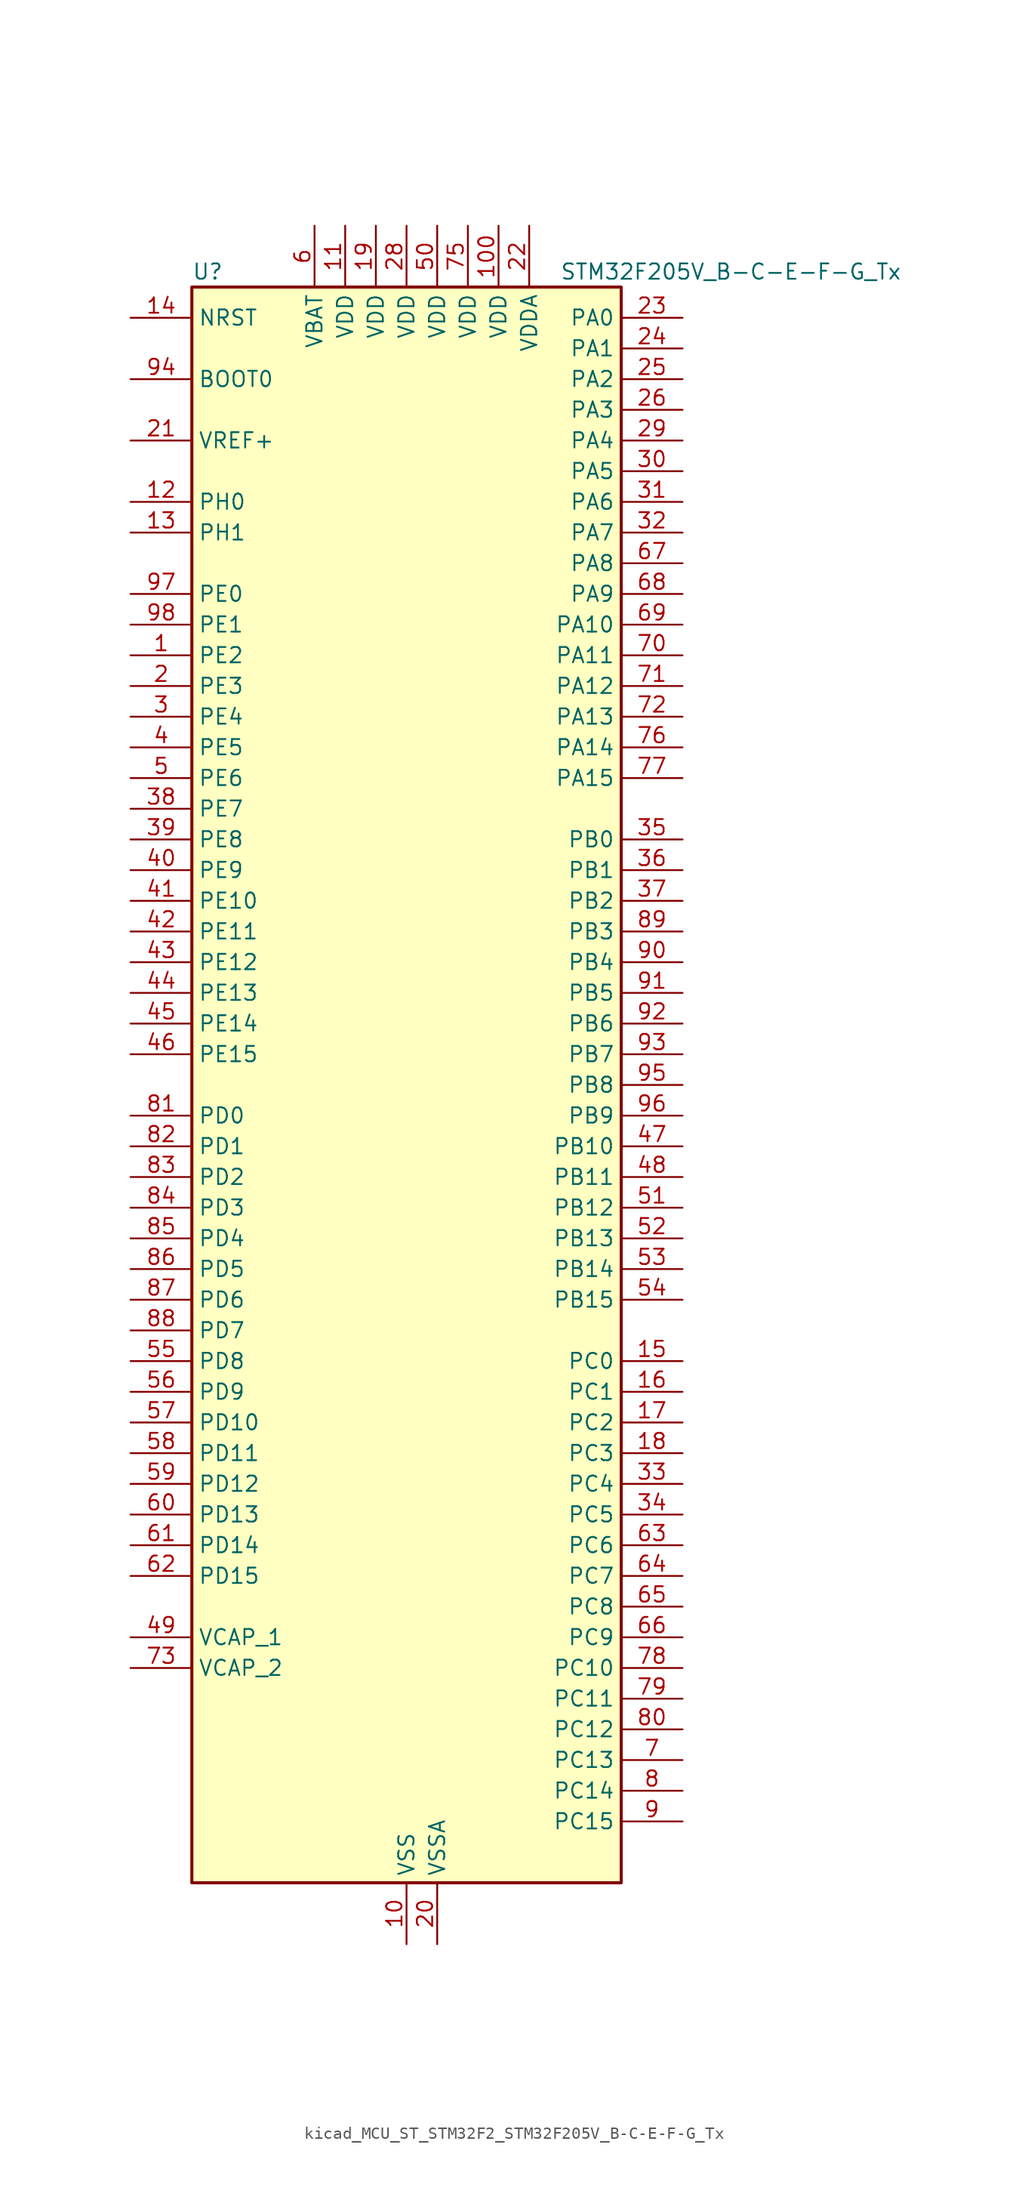
<source format=kicad_sym>
(kicad_symbol_lib
  (version 20220914)
  (generator kicad_symbol_editor)
  (symbol "kicad_MCU_ST_STM32F2_STM32F205V_B-C-E-F-G_Tx"
    (property "Reference" "U"
      (at -17.78 67.31 0)
      (effects (font (size 1.27 1.27)) (justify left)))
    (property "Value" "STM32F205V_B-C-E-F-G_Tx"
      (at 12.7 67.31 0)
      (effects (font (size 1.27 1.27)) (justify left)))
    (property "ki_locked" ""
      (at 0 0 0)
      (effects (font (size 1.27 1.27))))
    (symbol "kicad_MCU_ST_STM32F2_STM32F205V_B-C-E-F-G_Tx_0_1"
      (rectangle (start -17.78 -66.04) (end 17.78 66.04) (stroke (width 0.254) (type default)) (fill (type background))))
    (symbol "kicad_MCU_ST_STM32F2_STM32F205V_B-C-E-F-G_Tx_1_1"
      (pin bidirectional line (at -22.86 35.56 0) (length 5.08) (name "PE2" (effects (font (size 1.27 1.27)))) (number "1" (effects (font (size 1.27 1.27)))) (alternate "FSMC_A23" bidirectional line) (alternate "SYS_TRACECLK" bidirectional line))
      (pin power_in line (at 0 -71.12 90) (length 5.08) (name "VSS" (effects (font (size 1.27 1.27)))) (number "10" (effects (font (size 1.27 1.27)))))
      (pin power_in line (at 7.62 71.12 270) (length 5.08) (name "VDD" (effects (font (size 1.27 1.27)))) (number "100" (effects (font (size 1.27 1.27)))))
      (pin power_in line (at -5.08 71.12 270) (length 5.08) (name "VDD" (effects (font (size 1.27 1.27)))) (number "11" (effects (font (size 1.27 1.27)))))
      (pin bidirectional line (at -22.86 48.26 0) (length 5.08) (name "PH0" (effects (font (size 1.27 1.27)))) (number "12" (effects (font (size 1.27 1.27)))) (alternate "RCC_OSC_IN" bidirectional line))
      (pin bidirectional line (at -22.86 45.72 0) (length 5.08) (name "PH1" (effects (font (size 1.27 1.27)))) (number "13" (effects (font (size 1.27 1.27)))) (alternate "RCC_OSC_OUT" bidirectional line))
      (pin input line (at -22.86 63.5 0) (length 5.08) (name "NRST" (effects (font (size 1.27 1.27)))) (number "14" (effects (font (size 1.27 1.27)))))
      (pin bidirectional line (at 22.86 -22.86 180) (length 5.08) (name "PC0" (effects (font (size 1.27 1.27)))) (number "15" (effects (font (size 1.27 1.27)))) (alternate "ADC1_IN10" bidirectional line) (alternate "ADC2_IN10" bidirectional line) (alternate "ADC3_IN10" bidirectional line) (alternate "USB_OTG_HS_ULPI_STP" bidirectional line))
      (pin bidirectional line (at 22.86 -25.4 180) (length 5.08) (name "PC1" (effects (font (size 1.27 1.27)))) (number "16" (effects (font (size 1.27 1.27)))) (alternate "ADC1_IN11" bidirectional line) (alternate "ADC2_IN11" bidirectional line) (alternate "ADC3_IN11" bidirectional line))
      (pin bidirectional line (at 22.86 -27.94 180) (length 5.08) (name "PC2" (effects (font (size 1.27 1.27)))) (number "17" (effects (font (size 1.27 1.27)))) (alternate "ADC1_IN12" bidirectional line) (alternate "ADC2_IN12" bidirectional line) (alternate "ADC3_IN12" bidirectional line) (alternate "SPI2_MISO" bidirectional line) (alternate "USB_OTG_HS_ULPI_DIR" bidirectional line))
      (pin bidirectional line (at 22.86 -30.48 180) (length 5.08) (name "PC3" (effects (font (size 1.27 1.27)))) (number "18" (effects (font (size 1.27 1.27)))) (alternate "ADC1_IN13" bidirectional line) (alternate "ADC2_IN13" bidirectional line) (alternate "ADC3_IN13" bidirectional line) (alternate "I2S2_SD" bidirectional line) (alternate "SPI2_MOSI" bidirectional line) (alternate "USB_OTG_HS_ULPI_NXT" bidirectional line))
      (pin power_in line (at -2.54 71.12 270) (length 5.08) (name "VDD" (effects (font (size 1.27 1.27)))) (number "19" (effects (font (size 1.27 1.27)))))
      (pin bidirectional line (at -22.86 33.02 0) (length 5.08) (name "PE3" (effects (font (size 1.27 1.27)))) (number "2" (effects (font (size 1.27 1.27)))) (alternate "FSMC_A19" bidirectional line) (alternate "SYS_TRACED0" bidirectional line))
      (pin power_in line (at 2.54 -71.12 90) (length 5.08) (name "VSSA" (effects (font (size 1.27 1.27)))) (number "20" (effects (font (size 1.27 1.27)))))
      (pin input line (at -22.86 53.34 0) (length 5.08) (name "VREF+" (effects (font (size 1.27 1.27)))) (number "21" (effects (font (size 1.27 1.27)))))
      (pin power_in line (at 10.16 71.12 270) (length 5.08) (name "VDDA" (effects (font (size 1.27 1.27)))) (number "22" (effects (font (size 1.27 1.27)))))
      (pin bidirectional line (at 22.86 63.5 180) (length 5.08) (name "PA0" (effects (font (size 1.27 1.27)))) (number "23" (effects (font (size 1.27 1.27)))) (alternate "ADC1_IN0" bidirectional line) (alternate "ADC2_IN0" bidirectional line) (alternate "ADC3_IN0" bidirectional line) (alternate "SYS_WKUP" bidirectional line) (alternate "TIM2_CH1" bidirectional line) (alternate "TIM2_ETR" bidirectional line) (alternate "TIM5_CH1" bidirectional line) (alternate "TIM8_ETR" bidirectional line) (alternate "UART4_TX" bidirectional line) (alternate "USART2_CTS" bidirectional line))
      (pin bidirectional line (at 22.86 60.96 180) (length 5.08) (name "PA1" (effects (font (size 1.27 1.27)))) (number "24" (effects (font (size 1.27 1.27)))) (alternate "ADC1_IN1" bidirectional line) (alternate "ADC2_IN1" bidirectional line) (alternate "ADC3_IN1" bidirectional line) (alternate "TIM2_CH2" bidirectional line) (alternate "TIM5_CH2" bidirectional line) (alternate "UART4_RX" bidirectional line) (alternate "USART2_RTS" bidirectional line))
      (pin bidirectional line (at 22.86 58.42 180) (length 5.08) (name "PA2" (effects (font (size 1.27 1.27)))) (number "25" (effects (font (size 1.27 1.27)))) (alternate "ADC1_IN2" bidirectional line) (alternate "ADC2_IN2" bidirectional line) (alternate "ADC3_IN2" bidirectional line) (alternate "TIM2_CH3" bidirectional line) (alternate "TIM5_CH3" bidirectional line) (alternate "TIM9_CH1" bidirectional line) (alternate "USART2_TX" bidirectional line))
      (pin bidirectional line (at 22.86 55.88 180) (length 5.08) (name "PA3" (effects (font (size 1.27 1.27)))) (number "26" (effects (font (size 1.27 1.27)))) (alternate "ADC1_IN3" bidirectional line) (alternate "ADC2_IN3" bidirectional line) (alternate "ADC3_IN3" bidirectional line) (alternate "TIM2_CH4" bidirectional line) (alternate "TIM5_CH4" bidirectional line) (alternate "TIM9_CH2" bidirectional line) (alternate "USART2_RX" bidirectional line) (alternate "USB_OTG_HS_ULPI_D0" bidirectional line))
      (pin passive line (at 0 -71.12 90) (length 5.08) hide (name "VSS" (effects (font (size 1.27 1.27)))) (number "27" (effects (font (size 1.27 1.27)))))
      (pin power_in line (at 0 71.12 270) (length 5.08) (name "VDD" (effects (font (size 1.27 1.27)))) (number "28" (effects (font (size 1.27 1.27)))))
      (pin bidirectional line (at 22.86 53.34 180) (length 5.08) (name "PA4" (effects (font (size 1.27 1.27)))) (number "29" (effects (font (size 1.27 1.27)))) (alternate "ADC1_IN4" bidirectional line) (alternate "ADC2_IN4" bidirectional line) (alternate "DAC_OUT1" bidirectional line) (alternate "I2S3_WS" bidirectional line) (alternate "SPI1_NSS" bidirectional line) (alternate "SPI3_NSS" bidirectional line) (alternate "USART2_CK" bidirectional line) (alternate "USB_OTG_HS_SOF" bidirectional line))
      (pin bidirectional line (at -22.86 30.48 0) (length 5.08) (name "PE4" (effects (font (size 1.27 1.27)))) (number "3" (effects (font (size 1.27 1.27)))) (alternate "FSMC_A20" bidirectional line) (alternate "SYS_TRACED1" bidirectional line))
      (pin bidirectional line (at 22.86 50.8 180) (length 5.08) (name "PA5" (effects (font (size 1.27 1.27)))) (number "30" (effects (font (size 1.27 1.27)))) (alternate "ADC1_IN5" bidirectional line) (alternate "ADC2_IN5" bidirectional line) (alternate "DAC_OUT2" bidirectional line) (alternate "SPI1_SCK" bidirectional line) (alternate "TIM2_CH1" bidirectional line) (alternate "TIM2_ETR" bidirectional line) (alternate "TIM8_CH1N" bidirectional line) (alternate "USB_OTG_HS_ULPI_CK" bidirectional line))
      (pin bidirectional line (at 22.86 48.26 180) (length 5.08) (name "PA6" (effects (font (size 1.27 1.27)))) (number "31" (effects (font (size 1.27 1.27)))) (alternate "ADC1_IN6" bidirectional line) (alternate "ADC2_IN6" bidirectional line) (alternate "SPI1_MISO" bidirectional line) (alternate "TIM13_CH1" bidirectional line) (alternate "TIM1_BKIN" bidirectional line) (alternate "TIM3_CH1" bidirectional line) (alternate "TIM8_BKIN" bidirectional line))
      (pin bidirectional line (at 22.86 45.72 180) (length 5.08) (name "PA7" (effects (font (size 1.27 1.27)))) (number "32" (effects (font (size 1.27 1.27)))) (alternate "ADC1_IN7" bidirectional line) (alternate "ADC2_IN7" bidirectional line) (alternate "SPI1_MOSI" bidirectional line) (alternate "TIM14_CH1" bidirectional line) (alternate "TIM1_CH1N" bidirectional line) (alternate "TIM3_CH2" bidirectional line) (alternate "TIM8_CH1N" bidirectional line))
      (pin bidirectional line (at 22.86 -33.02 180) (length 5.08) (name "PC4" (effects (font (size 1.27 1.27)))) (number "33" (effects (font (size 1.27 1.27)))) (alternate "ADC1_IN14" bidirectional line) (alternate "ADC2_IN14" bidirectional line))
      (pin bidirectional line (at 22.86 -35.56 180) (length 5.08) (name "PC5" (effects (font (size 1.27 1.27)))) (number "34" (effects (font (size 1.27 1.27)))) (alternate "ADC1_IN15" bidirectional line) (alternate "ADC2_IN15" bidirectional line))
      (pin bidirectional line (at 22.86 20.32 180) (length 5.08) (name "PB0" (effects (font (size 1.27 1.27)))) (number "35" (effects (font (size 1.27 1.27)))) (alternate "ADC1_IN8" bidirectional line) (alternate "ADC2_IN8" bidirectional line) (alternate "TIM1_CH2N" bidirectional line) (alternate "TIM3_CH3" bidirectional line) (alternate "TIM8_CH2N" bidirectional line) (alternate "USB_OTG_HS_ULPI_D1" bidirectional line))
      (pin bidirectional line (at 22.86 17.78 180) (length 5.08) (name "PB1" (effects (font (size 1.27 1.27)))) (number "36" (effects (font (size 1.27 1.27)))) (alternate "ADC1_IN9" bidirectional line) (alternate "ADC2_IN9" bidirectional line) (alternate "TIM1_CH3N" bidirectional line) (alternate "TIM3_CH4" bidirectional line) (alternate "TIM8_CH3N" bidirectional line) (alternate "USB_OTG_HS_ULPI_D2" bidirectional line))
      (pin bidirectional line (at 22.86 15.24 180) (length 5.08) (name "PB2" (effects (font (size 1.27 1.27)))) (number "37" (effects (font (size 1.27 1.27)))))
      (pin bidirectional line (at -22.86 22.86 0) (length 5.08) (name "PE7" (effects (font (size 1.27 1.27)))) (number "38" (effects (font (size 1.27 1.27)))) (alternate "FSMC_D4" bidirectional line) (alternate "FSMC_DA4" bidirectional line) (alternate "TIM1_ETR" bidirectional line))
      (pin bidirectional line (at -22.86 20.32 0) (length 5.08) (name "PE8" (effects (font (size 1.27 1.27)))) (number "39" (effects (font (size 1.27 1.27)))) (alternate "FSMC_D5" bidirectional line) (alternate "FSMC_DA5" bidirectional line) (alternate "TIM1_CH1N" bidirectional line))
      (pin bidirectional line (at -22.86 27.94 0) (length 5.08) (name "PE5" (effects (font (size 1.27 1.27)))) (number "4" (effects (font (size 1.27 1.27)))) (alternate "FSMC_A21" bidirectional line) (alternate "SYS_TRACED2" bidirectional line) (alternate "TIM9_CH1" bidirectional line))
      (pin bidirectional line (at -22.86 17.78 0) (length 5.08) (name "PE9" (effects (font (size 1.27 1.27)))) (number "40" (effects (font (size 1.27 1.27)))) (alternate "DAC_EXTI9" bidirectional line) (alternate "FSMC_D6" bidirectional line) (alternate "FSMC_DA6" bidirectional line) (alternate "TIM1_CH1" bidirectional line))
      (pin bidirectional line (at -22.86 15.24 0) (length 5.08) (name "PE10" (effects (font (size 1.27 1.27)))) (number "41" (effects (font (size 1.27 1.27)))) (alternate "FSMC_D7" bidirectional line) (alternate "FSMC_DA7" bidirectional line) (alternate "TIM1_CH2N" bidirectional line))
      (pin bidirectional line (at -22.86 12.7 0) (length 5.08) (name "PE11" (effects (font (size 1.27 1.27)))) (number "42" (effects (font (size 1.27 1.27)))) (alternate "ADC1_EXTI11" bidirectional line) (alternate "ADC2_EXTI11" bidirectional line) (alternate "ADC3_EXTI11" bidirectional line) (alternate "FSMC_D8" bidirectional line) (alternate "FSMC_DA8" bidirectional line) (alternate "TIM1_CH2" bidirectional line))
      (pin bidirectional line (at -22.86 10.16 0) (length 5.08) (name "PE12" (effects (font (size 1.27 1.27)))) (number "43" (effects (font (size 1.27 1.27)))) (alternate "FSMC_D9" bidirectional line) (alternate "FSMC_DA9" bidirectional line) (alternate "TIM1_CH3N" bidirectional line))
      (pin bidirectional line (at -22.86 7.62 0) (length 5.08) (name "PE13" (effects (font (size 1.27 1.27)))) (number "44" (effects (font (size 1.27 1.27)))) (alternate "FSMC_D10" bidirectional line) (alternate "FSMC_DA10" bidirectional line) (alternate "TIM1_CH3" bidirectional line))
      (pin bidirectional line (at -22.86 5.08 0) (length 5.08) (name "PE14" (effects (font (size 1.27 1.27)))) (number "45" (effects (font (size 1.27 1.27)))) (alternate "FSMC_D11" bidirectional line) (alternate "FSMC_DA11" bidirectional line) (alternate "TIM1_CH4" bidirectional line))
      (pin bidirectional line (at -22.86 2.54 0) (length 5.08) (name "PE15" (effects (font (size 1.27 1.27)))) (number "46" (effects (font (size 1.27 1.27)))) (alternate "ADC1_EXTI15" bidirectional line) (alternate "ADC2_EXTI15" bidirectional line) (alternate "ADC3_EXTI15" bidirectional line) (alternate "FSMC_D12" bidirectional line) (alternate "FSMC_DA12" bidirectional line) (alternate "TIM1_BKIN" bidirectional line))
      (pin bidirectional line (at 22.86 -5.08 180) (length 5.08) (name "PB10" (effects (font (size 1.27 1.27)))) (number "47" (effects (font (size 1.27 1.27)))) (alternate "I2C2_SCL" bidirectional line) (alternate "I2S2_SCK" bidirectional line) (alternate "SPI2_SCK" bidirectional line) (alternate "TIM2_CH3" bidirectional line) (alternate "USART3_TX" bidirectional line) (alternate "USB_OTG_HS_ULPI_D3" bidirectional line))
      (pin bidirectional line (at 22.86 -7.62 180) (length 5.08) (name "PB11" (effects (font (size 1.27 1.27)))) (number "48" (effects (font (size 1.27 1.27)))) (alternate "ADC1_EXTI11" bidirectional line) (alternate "ADC2_EXTI11" bidirectional line) (alternate "ADC3_EXTI11" bidirectional line) (alternate "I2C2_SDA" bidirectional line) (alternate "TIM2_CH4" bidirectional line) (alternate "USART3_RX" bidirectional line) (alternate "USB_OTG_HS_ULPI_D4" bidirectional line))
      (pin power_out line (at -22.86 -45.72 0) (length 5.08) (name "VCAP_1" (effects (font (size 1.27 1.27)))) (number "49" (effects (font (size 1.27 1.27)))))
      (pin bidirectional line (at -22.86 25.4 0) (length 5.08) (name "PE6" (effects (font (size 1.27 1.27)))) (number "5" (effects (font (size 1.27 1.27)))) (alternate "FSMC_A22" bidirectional line) (alternate "SYS_TRACED3" bidirectional line) (alternate "TIM9_CH2" bidirectional line))
      (pin power_in line (at 2.54 71.12 270) (length 5.08) (name "VDD" (effects (font (size 1.27 1.27)))) (number "50" (effects (font (size 1.27 1.27)))))
      (pin bidirectional line (at 22.86 -10.16 180) (length 5.08) (name "PB12" (effects (font (size 1.27 1.27)))) (number "51" (effects (font (size 1.27 1.27)))) (alternate "CAN2_RX" bidirectional line) (alternate "I2C2_SMBA" bidirectional line) (alternate "I2S2_WS" bidirectional line) (alternate "SPI2_NSS" bidirectional line) (alternate "TIM1_BKIN" bidirectional line) (alternate "USART3_CK" bidirectional line) (alternate "USB_OTG_HS_ID" bidirectional line) (alternate "USB_OTG_HS_ULPI_D5" bidirectional line))
      (pin bidirectional line (at 22.86 -12.7 180) (length 5.08) (name "PB13" (effects (font (size 1.27 1.27)))) (number "52" (effects (font (size 1.27 1.27)))) (alternate "CAN2_TX" bidirectional line) (alternate "I2S2_SCK" bidirectional line) (alternate "SPI2_SCK" bidirectional line) (alternate "TIM1_CH1N" bidirectional line) (alternate "USART3_CTS" bidirectional line) (alternate "USB_OTG_HS_ULPI_D6" bidirectional line) (alternate "USB_OTG_HS_VBUS" bidirectional line))
      (pin bidirectional line (at 22.86 -15.24 180) (length 5.08) (name "PB14" (effects (font (size 1.27 1.27)))) (number "53" (effects (font (size 1.27 1.27)))) (alternate "SPI2_MISO" bidirectional line) (alternate "TIM12_CH1" bidirectional line) (alternate "TIM1_CH2N" bidirectional line) (alternate "TIM8_CH2N" bidirectional line) (alternate "USART3_RTS" bidirectional line) (alternate "USB_OTG_HS_DM" bidirectional line))
      (pin bidirectional line (at 22.86 -17.78 180) (length 5.08) (name "PB15" (effects (font (size 1.27 1.27)))) (number "54" (effects (font (size 1.27 1.27)))) (alternate "ADC1_EXTI15" bidirectional line) (alternate "ADC2_EXTI15" bidirectional line) (alternate "ADC3_EXTI15" bidirectional line) (alternate "I2S2_SD" bidirectional line) (alternate "RTC_REFIN" bidirectional line) (alternate "SPI2_MOSI" bidirectional line) (alternate "TIM12_CH2" bidirectional line) (alternate "TIM1_CH3N" bidirectional line) (alternate "TIM8_CH3N" bidirectional line) (alternate "USB_OTG_HS_DP" bidirectional line))
      (pin bidirectional line (at -22.86 -22.86 0) (length 5.08) (name "PD8" (effects (font (size 1.27 1.27)))) (number "55" (effects (font (size 1.27 1.27)))) (alternate "FSMC_D13" bidirectional line) (alternate "FSMC_DA13" bidirectional line) (alternate "USART3_TX" bidirectional line))
      (pin bidirectional line (at -22.86 -25.4 0) (length 5.08) (name "PD9" (effects (font (size 1.27 1.27)))) (number "56" (effects (font (size 1.27 1.27)))) (alternate "DAC_EXTI9" bidirectional line) (alternate "FSMC_D14" bidirectional line) (alternate "FSMC_DA14" bidirectional line) (alternate "USART3_RX" bidirectional line))
      (pin bidirectional line (at -22.86 -27.94 0) (length 5.08) (name "PD10" (effects (font (size 1.27 1.27)))) (number "57" (effects (font (size 1.27 1.27)))) (alternate "FSMC_D15" bidirectional line) (alternate "FSMC_DA15" bidirectional line) (alternate "USART3_CK" bidirectional line))
      (pin bidirectional line (at -22.86 -30.48 0) (length 5.08) (name "PD11" (effects (font (size 1.27 1.27)))) (number "58" (effects (font (size 1.27 1.27)))) (alternate "ADC1_EXTI11" bidirectional line) (alternate "ADC2_EXTI11" bidirectional line) (alternate "ADC3_EXTI11" bidirectional line) (alternate "FSMC_A16" bidirectional line) (alternate "FSMC_CLE" bidirectional line) (alternate "USART3_CTS" bidirectional line))
      (pin bidirectional line (at -22.86 -33.02 0) (length 5.08) (name "PD12" (effects (font (size 1.27 1.27)))) (number "59" (effects (font (size 1.27 1.27)))) (alternate "FSMC_A17" bidirectional line) (alternate "FSMC_ALE" bidirectional line) (alternate "TIM4_CH1" bidirectional line) (alternate "USART3_RTS" bidirectional line))
      (pin power_in line (at -7.62 71.12 270) (length 5.08) (name "VBAT" (effects (font (size 1.27 1.27)))) (number "6" (effects (font (size 1.27 1.27)))))
      (pin bidirectional line (at -22.86 -35.56 0) (length 5.08) (name "PD13" (effects (font (size 1.27 1.27)))) (number "60" (effects (font (size 1.27 1.27)))) (alternate "FSMC_A18" bidirectional line) (alternate "TIM4_CH2" bidirectional line))
      (pin bidirectional line (at -22.86 -38.1 0) (length 5.08) (name "PD14" (effects (font (size 1.27 1.27)))) (number "61" (effects (font (size 1.27 1.27)))) (alternate "FSMC_D0" bidirectional line) (alternate "FSMC_DA0" bidirectional line) (alternate "TIM4_CH3" bidirectional line))
      (pin bidirectional line (at -22.86 -40.64 0) (length 5.08) (name "PD15" (effects (font (size 1.27 1.27)))) (number "62" (effects (font (size 1.27 1.27)))) (alternate "ADC1_EXTI15" bidirectional line) (alternate "ADC2_EXTI15" bidirectional line) (alternate "ADC3_EXTI15" bidirectional line) (alternate "FSMC_D1" bidirectional line) (alternate "FSMC_DA1" bidirectional line) (alternate "TIM4_CH4" bidirectional line))
      (pin bidirectional line (at 22.86 -38.1 180) (length 5.08) (name "PC6" (effects (font (size 1.27 1.27)))) (number "63" (effects (font (size 1.27 1.27)))) (alternate "I2S2_MCK" bidirectional line) (alternate "SDIO_D6" bidirectional line) (alternate "TIM3_CH1" bidirectional line) (alternate "TIM8_CH1" bidirectional line) (alternate "USART6_TX" bidirectional line))
      (pin bidirectional line (at 22.86 -40.64 180) (length 5.08) (name "PC7" (effects (font (size 1.27 1.27)))) (number "64" (effects (font (size 1.27 1.27)))) (alternate "I2S3_MCK" bidirectional line) (alternate "SDIO_D7" bidirectional line) (alternate "TIM3_CH2" bidirectional line) (alternate "TIM8_CH2" bidirectional line) (alternate "USART6_RX" bidirectional line))
      (pin bidirectional line (at 22.86 -43.18 180) (length 5.08) (name "PC8" (effects (font (size 1.27 1.27)))) (number "65" (effects (font (size 1.27 1.27)))) (alternate "SDIO_D0" bidirectional line) (alternate "TIM3_CH3" bidirectional line) (alternate "TIM8_CH3" bidirectional line) (alternate "USART6_CK" bidirectional line))
      (pin bidirectional line (at 22.86 -45.72 180) (length 5.08) (name "PC9" (effects (font (size 1.27 1.27)))) (number "66" (effects (font (size 1.27 1.27)))) (alternate "DAC_EXTI9" bidirectional line) (alternate "I2C3_SDA" bidirectional line) (alternate "I2S_CKIN" bidirectional line) (alternate "RCC_MCO_2" bidirectional line) (alternate "SDIO_D1" bidirectional line) (alternate "TIM3_CH4" bidirectional line) (alternate "TIM8_CH4" bidirectional line))
      (pin bidirectional line (at 22.86 43.18 180) (length 5.08) (name "PA8" (effects (font (size 1.27 1.27)))) (number "67" (effects (font (size 1.27 1.27)))) (alternate "I2C3_SCL" bidirectional line) (alternate "RCC_MCO_1" bidirectional line) (alternate "TIM1_CH1" bidirectional line) (alternate "USART1_CK" bidirectional line) (alternate "USB_OTG_FS_SOF" bidirectional line))
      (pin bidirectional line (at 22.86 40.64 180) (length 5.08) (name "PA9" (effects (font (size 1.27 1.27)))) (number "68" (effects (font (size 1.27 1.27)))) (alternate "DAC_EXTI9" bidirectional line) (alternate "I2C3_SMBA" bidirectional line) (alternate "TIM1_CH2" bidirectional line) (alternate "USART1_TX" bidirectional line) (alternate "USB_OTG_FS_VBUS" bidirectional line))
      (pin bidirectional line (at 22.86 38.1 180) (length 5.08) (name "PA10" (effects (font (size 1.27 1.27)))) (number "69" (effects (font (size 1.27 1.27)))) (alternate "TIM1_CH3" bidirectional line) (alternate "USART1_RX" bidirectional line) (alternate "USB_OTG_FS_ID" bidirectional line))
      (pin bidirectional line (at 22.86 -55.88 180) (length 5.08) (name "PC13" (effects (font (size 1.27 1.27)))) (number "7" (effects (font (size 1.27 1.27)))) (alternate "RTC_AF1" bidirectional line))
      (pin bidirectional line (at 22.86 35.56 180) (length 5.08) (name "PA11" (effects (font (size 1.27 1.27)))) (number "70" (effects (font (size 1.27 1.27)))) (alternate "ADC1_EXTI11" bidirectional line) (alternate "ADC2_EXTI11" bidirectional line) (alternate "ADC3_EXTI11" bidirectional line) (alternate "CAN1_RX" bidirectional line) (alternate "TIM1_CH4" bidirectional line) (alternate "USART1_CTS" bidirectional line) (alternate "USB_OTG_FS_DM" bidirectional line))
      (pin bidirectional line (at 22.86 33.02 180) (length 5.08) (name "PA12" (effects (font (size 1.27 1.27)))) (number "71" (effects (font (size 1.27 1.27)))) (alternate "CAN1_TX" bidirectional line) (alternate "TIM1_ETR" bidirectional line) (alternate "USART1_RTS" bidirectional line) (alternate "USB_OTG_FS_DP" bidirectional line))
      (pin bidirectional line (at 22.86 30.48 180) (length 5.08) (name "PA13" (effects (font (size 1.27 1.27)))) (number "72" (effects (font (size 1.27 1.27)))) (alternate "SYS_JTMS-SWDIO" bidirectional line))
      (pin power_out line (at -22.86 -48.26 0) (length 5.08) (name "VCAP_2" (effects (font (size 1.27 1.27)))) (number "73" (effects (font (size 1.27 1.27)))))
      (pin passive line (at 0 -71.12 90) (length 5.08) hide (name "VSS" (effects (font (size 1.27 1.27)))) (number "74" (effects (font (size 1.27 1.27)))))
      (pin power_in line (at 5.08 71.12 270) (length 5.08) (name "VDD" (effects (font (size 1.27 1.27)))) (number "75" (effects (font (size 1.27 1.27)))))
      (pin bidirectional line (at 22.86 27.94 180) (length 5.08) (name "PA14" (effects (font (size 1.27 1.27)))) (number "76" (effects (font (size 1.27 1.27)))) (alternate "SYS_JTCK-SWCLK" bidirectional line))
      (pin bidirectional line (at 22.86 25.4 180) (length 5.08) (name "PA15" (effects (font (size 1.27 1.27)))) (number "77" (effects (font (size 1.27 1.27)))) (alternate "ADC1_EXTI15" bidirectional line) (alternate "ADC2_EXTI15" bidirectional line) (alternate "ADC3_EXTI15" bidirectional line) (alternate "I2S3_WS" bidirectional line) (alternate "SPI1_NSS" bidirectional line) (alternate "SPI3_NSS" bidirectional line) (alternate "SYS_JTDI" bidirectional line) (alternate "TIM2_CH1" bidirectional line) (alternate "TIM2_ETR" bidirectional line))
      (pin bidirectional line (at 22.86 -48.26 180) (length 5.08) (name "PC10" (effects (font (size 1.27 1.27)))) (number "78" (effects (font (size 1.27 1.27)))) (alternate "I2S3_SCK" bidirectional line) (alternate "SDIO_D2" bidirectional line) (alternate "SPI3_SCK" bidirectional line) (alternate "UART4_TX" bidirectional line) (alternate "USART3_TX" bidirectional line))
      (pin bidirectional line (at 22.86 -50.8 180) (length 5.08) (name "PC11" (effects (font (size 1.27 1.27)))) (number "79" (effects (font (size 1.27 1.27)))) (alternate "ADC1_EXTI11" bidirectional line) (alternate "ADC2_EXTI11" bidirectional line) (alternate "ADC3_EXTI11" bidirectional line) (alternate "SDIO_D3" bidirectional line) (alternate "SPI3_MISO" bidirectional line) (alternate "UART4_RX" bidirectional line) (alternate "USART3_RX" bidirectional line))
      (pin bidirectional line (at 22.86 -58.42 180) (length 5.08) (name "PC14" (effects (font (size 1.27 1.27)))) (number "8" (effects (font (size 1.27 1.27)))) (alternate "RCC_OSC32_IN" bidirectional line))
      (pin bidirectional line (at 22.86 -53.34 180) (length 5.08) (name "PC12" (effects (font (size 1.27 1.27)))) (number "80" (effects (font (size 1.27 1.27)))) (alternate "I2S3_SD" bidirectional line) (alternate "SDIO_CK" bidirectional line) (alternate "SPI3_MOSI" bidirectional line) (alternate "UART5_TX" bidirectional line) (alternate "USART3_CK" bidirectional line))
      (pin bidirectional line (at -22.86 -2.54 0) (length 5.08) (name "PD0" (effects (font (size 1.27 1.27)))) (number "81" (effects (font (size 1.27 1.27)))) (alternate "CAN1_RX" bidirectional line) (alternate "FSMC_D2" bidirectional line) (alternate "FSMC_DA2" bidirectional line))
      (pin bidirectional line (at -22.86 -5.08 0) (length 5.08) (name "PD1" (effects (font (size 1.27 1.27)))) (number "82" (effects (font (size 1.27 1.27)))) (alternate "CAN1_TX" bidirectional line) (alternate "FSMC_D3" bidirectional line) (alternate "FSMC_DA3" bidirectional line))
      (pin bidirectional line (at -22.86 -7.62 0) (length 5.08) (name "PD2" (effects (font (size 1.27 1.27)))) (number "83" (effects (font (size 1.27 1.27)))) (alternate "SDIO_CMD" bidirectional line) (alternate "TIM3_ETR" bidirectional line) (alternate "UART5_RX" bidirectional line))
      (pin bidirectional line (at -22.86 -10.16 0) (length 5.08) (name "PD3" (effects (font (size 1.27 1.27)))) (number "84" (effects (font (size 1.27 1.27)))) (alternate "FSMC_CLK" bidirectional line) (alternate "USART2_CTS" bidirectional line))
      (pin bidirectional line (at -22.86 -12.7 0) (length 5.08) (name "PD4" (effects (font (size 1.27 1.27)))) (number "85" (effects (font (size 1.27 1.27)))) (alternate "FSMC_NOE" bidirectional line) (alternate "USART2_RTS" bidirectional line))
      (pin bidirectional line (at -22.86 -15.24 0) (length 5.08) (name "PD5" (effects (font (size 1.27 1.27)))) (number "86" (effects (font (size 1.27 1.27)))) (alternate "FSMC_NWE" bidirectional line) (alternate "USART2_TX" bidirectional line))
      (pin bidirectional line (at -22.86 -17.78 0) (length 5.08) (name "PD6" (effects (font (size 1.27 1.27)))) (number "87" (effects (font (size 1.27 1.27)))) (alternate "FSMC_NWAIT" bidirectional line) (alternate "USART2_RX" bidirectional line))
      (pin bidirectional line (at -22.86 -20.32 0) (length 5.08) (name "PD7" (effects (font (size 1.27 1.27)))) (number "88" (effects (font (size 1.27 1.27)))) (alternate "FSMC_NCE2" bidirectional line) (alternate "FSMC_NE1" bidirectional line) (alternate "USART2_CK" bidirectional line))
      (pin bidirectional line (at 22.86 12.7 180) (length 5.08) (name "PB3" (effects (font (size 1.27 1.27)))) (number "89" (effects (font (size 1.27 1.27)))) (alternate "I2S3_SCK" bidirectional line) (alternate "SPI1_SCK" bidirectional line) (alternate "SPI3_SCK" bidirectional line) (alternate "SYS_JTDO-SWO" bidirectional line) (alternate "TIM2_CH2" bidirectional line))
      (pin bidirectional line (at 22.86 -60.96 180) (length 5.08) (name "PC15" (effects (font (size 1.27 1.27)))) (number "9" (effects (font (size 1.27 1.27)))) (alternate "ADC1_EXTI15" bidirectional line) (alternate "ADC2_EXTI15" bidirectional line) (alternate "ADC3_EXTI15" bidirectional line) (alternate "RCC_OSC32_OUT" bidirectional line))
      (pin bidirectional line (at 22.86 10.16 180) (length 5.08) (name "PB4" (effects (font (size 1.27 1.27)))) (number "90" (effects (font (size 1.27 1.27)))) (alternate "SPI1_MISO" bidirectional line) (alternate "SPI3_MISO" bidirectional line) (alternate "SYS_JTRST" bidirectional line) (alternate "TIM3_CH1" bidirectional line))
      (pin bidirectional line (at 22.86 7.62 180) (length 5.08) (name "PB5" (effects (font (size 1.27 1.27)))) (number "91" (effects (font (size 1.27 1.27)))) (alternate "CAN2_RX" bidirectional line) (alternate "I2C1_SMBA" bidirectional line) (alternate "I2S3_SD" bidirectional line) (alternate "SPI1_MOSI" bidirectional line) (alternate "SPI3_MOSI" bidirectional line) (alternate "TIM3_CH2" bidirectional line) (alternate "USB_OTG_HS_ULPI_D7" bidirectional line))
      (pin bidirectional line (at 22.86 5.08 180) (length 5.08) (name "PB6" (effects (font (size 1.27 1.27)))) (number "92" (effects (font (size 1.27 1.27)))) (alternate "CAN2_TX" bidirectional line) (alternate "I2C1_SCL" bidirectional line) (alternate "TIM4_CH1" bidirectional line) (alternate "USART1_TX" bidirectional line))
      (pin bidirectional line (at 22.86 2.54 180) (length 5.08) (name "PB7" (effects (font (size 1.27 1.27)))) (number "93" (effects (font (size 1.27 1.27)))) (alternate "FSMC_NL" bidirectional line) (alternate "I2C1_SDA" bidirectional line) (alternate "TIM4_CH2" bidirectional line) (alternate "USART1_RX" bidirectional line))
      (pin input line (at -22.86 58.42 0) (length 5.08) (name "BOOT0" (effects (font (size 1.27 1.27)))) (number "94" (effects (font (size 1.27 1.27)))))
      (pin bidirectional line (at 22.86 0 180) (length 5.08) (name "PB8" (effects (font (size 1.27 1.27)))) (number "95" (effects (font (size 1.27 1.27)))) (alternate "CAN1_RX" bidirectional line) (alternate "I2C1_SCL" bidirectional line) (alternate "SDIO_D4" bidirectional line) (alternate "TIM10_CH1" bidirectional line) (alternate "TIM4_CH3" bidirectional line))
      (pin bidirectional line (at 22.86 -2.54 180) (length 5.08) (name "PB9" (effects (font (size 1.27 1.27)))) (number "96" (effects (font (size 1.27 1.27)))) (alternate "CAN1_TX" bidirectional line) (alternate "DAC_EXTI9" bidirectional line) (alternate "I2C1_SDA" bidirectional line) (alternate "I2S2_WS" bidirectional line) (alternate "SDIO_D5" bidirectional line) (alternate "SPI2_NSS" bidirectional line) (alternate "TIM11_CH1" bidirectional line) (alternate "TIM4_CH4" bidirectional line))
      (pin bidirectional line (at -22.86 40.64 0) (length 5.08) (name "PE0" (effects (font (size 1.27 1.27)))) (number "97" (effects (font (size 1.27 1.27)))) (alternate "FSMC_NBL0" bidirectional line) (alternate "TIM4_ETR" bidirectional line))
      (pin bidirectional line (at -22.86 38.1 0) (length 5.08) (name "PE1" (effects (font (size 1.27 1.27)))) (number "98" (effects (font (size 1.27 1.27)))) (alternate "FSMC_NBL1" bidirectional line))
      (pin no_connect line (at -17.78 -66.04 0) (length 5.08) hide (name "RFU" (effects (font (size 1.27 1.27)))) (number "99" (effects (font (size 1.27 1.27))))))))
</source>
